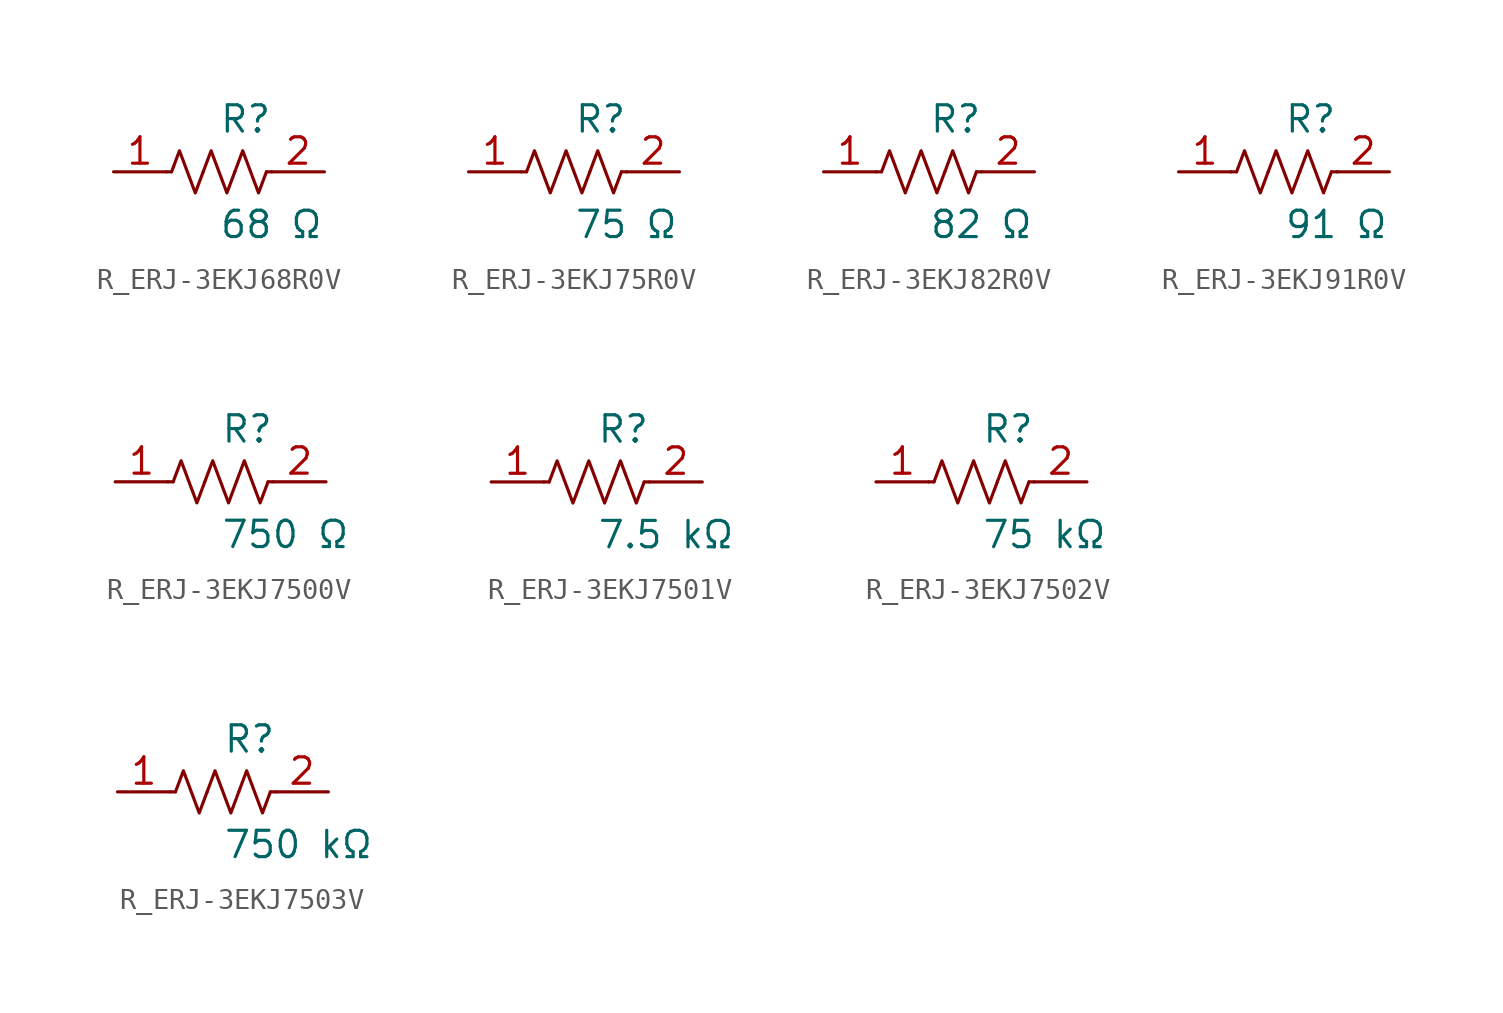
<source format=kicad_sym>
(kicad_symbol_lib
  (version 20231120)
  (generator "kicad_symbol_editor")
  (generator_version "8.0")
  (symbol "R_ERJ-3EKJ68R0V"
    (pin_names
      (offset 0.254))
    (property "Reference" "R"
      (at 0 2.54 0)
      (effects (font (size 1.27 1.27)) (justify left)))
    (property "Value" "68 Ω"
      (at 0 -2.54 0)
      (effects (font (size 1.27 1.27)) (justify left)))
    (symbol "R_ERJ-3EKJ68R0V_0_1"
      (polyline (pts (xy 2.286 0) (xy 2.54 0)) (stroke (width 0) (type default)) (fill (type none)))
      (polyline (pts (xy -2.286 0) (xy -2.54 0)) (stroke (width 0) (type default)) (fill (type none)))
      (polyline (pts (xy 0.762 0) (xy 1.143 1.016) (xy 1.524 0) (xy 1.905 -1.016) (xy 2.286 0)) (stroke (width 0) (type default)) (fill (type none)))
      (polyline (pts (xy -0.762 0) (xy -0.381 1.016) (xy 0 0) (xy 0.381 -1.016) (xy 0.762 0)) (stroke (width 0) (type default)) (fill (type none)))
      (polyline (pts (xy -2.286 0) (xy -1.905 1.016) (xy -1.524 0) (xy -1.143 -1.016) (xy -0.762 0)) (stroke (width 0) (type default)) (fill (type none))))
    (pin unspecified line
      (at -5.08 0 0)
      (length 2.54)
      (name "" (effects (font (size 1.27 1.27))))
      (number "1" (effects (font (size 1.27 1.27)))))
    (pin unspecified line
      (at 5.08 0 180)
      (length 2.54)
      (name "" (effects (font (size 1.27 1.27))))
      (number "2" (effects (font (size 1.27 1.27))))))
  (symbol "R_ERJ-3EKJ75R0V"
    (pin_names
      (offset 0.254))
    (property "Reference" "R"
      (at 0 2.54 0)
      (effects (font (size 1.27 1.27)) (justify left)))
    (property "Value" "75 Ω"
      (at 0 -2.54 0)
      (effects (font (size 1.27 1.27)) (justify left)))
    (symbol "R_ERJ-3EKJ75R0V_0_1"
      (polyline (pts (xy 2.286 0) (xy 2.54 0)) (stroke (width 0) (type default)) (fill (type none)))
      (polyline (pts (xy -2.286 0) (xy -2.54 0)) (stroke (width 0) (type default)) (fill (type none)))
      (polyline (pts (xy 0.762 0) (xy 1.143 1.016) (xy 1.524 0) (xy 1.905 -1.016) (xy 2.286 0)) (stroke (width 0) (type default)) (fill (type none)))
      (polyline (pts (xy -0.762 0) (xy -0.381 1.016) (xy 0 0) (xy 0.381 -1.016) (xy 0.762 0)) (stroke (width 0) (type default)) (fill (type none)))
      (polyline (pts (xy -2.286 0) (xy -1.905 1.016) (xy -1.524 0) (xy -1.143 -1.016) (xy -0.762 0)) (stroke (width 0) (type default)) (fill (type none))))
    (pin unspecified line
      (at -5.08 0 0)
      (length 2.54)
      (name "" (effects (font (size 1.27 1.27))))
      (number "1" (effects (font (size 1.27 1.27)))))
    (pin unspecified line
      (at 5.08 0 180)
      (length 2.54)
      (name "" (effects (font (size 1.27 1.27))))
      (number "2" (effects (font (size 1.27 1.27))))))
  (symbol "R_ERJ-3EKJ82R0V"
    (pin_names
      (offset 0.254))
    (property "Reference" "R"
      (at 0 2.54 0)
      (effects (font (size 1.27 1.27)) (justify left)))
    (property "Value" "82 Ω"
      (at 0 -2.54 0)
      (effects (font (size 1.27 1.27)) (justify left)))
    (symbol "R_ERJ-3EKJ82R0V_0_1"
      (polyline (pts (xy 2.286 0) (xy 2.54 0)) (stroke (width 0) (type default)) (fill (type none)))
      (polyline (pts (xy -2.286 0) (xy -2.54 0)) (stroke (width 0) (type default)) (fill (type none)))
      (polyline (pts (xy 0.762 0) (xy 1.143 1.016) (xy 1.524 0) (xy 1.905 -1.016) (xy 2.286 0)) (stroke (width 0) (type default)) (fill (type none)))
      (polyline (pts (xy -0.762 0) (xy -0.381 1.016) (xy 0 0) (xy 0.381 -1.016) (xy 0.762 0)) (stroke (width 0) (type default)) (fill (type none)))
      (polyline (pts (xy -2.286 0) (xy -1.905 1.016) (xy -1.524 0) (xy -1.143 -1.016) (xy -0.762 0)) (stroke (width 0) (type default)) (fill (type none))))
    (pin unspecified line
      (at -5.08 0 0)
      (length 2.54)
      (name "" (effects (font (size 1.27 1.27))))
      (number "1" (effects (font (size 1.27 1.27)))))
    (pin unspecified line
      (at 5.08 0 180)
      (length 2.54)
      (name "" (effects (font (size 1.27 1.27))))
      (number "2" (effects (font (size 1.27 1.27))))))
  (symbol "R_ERJ-3EKJ91R0V"
    (pin_names
      (offset 0.254))
    (property "Reference" "R"
      (at 0 2.54 0)
      (effects (font (size 1.27 1.27)) (justify left)))
    (property "Value" "91 Ω"
      (at 0 -2.54 0)
      (effects (font (size 1.27 1.27)) (justify left)))
    (symbol "R_ERJ-3EKJ91R0V_0_1"
      (polyline (pts (xy 2.286 0) (xy 2.54 0)) (stroke (width 0) (type default)) (fill (type none)))
      (polyline (pts (xy -2.286 0) (xy -2.54 0)) (stroke (width 0) (type default)) (fill (type none)))
      (polyline (pts (xy 0.762 0) (xy 1.143 1.016) (xy 1.524 0) (xy 1.905 -1.016) (xy 2.286 0)) (stroke (width 0) (type default)) (fill (type none)))
      (polyline (pts (xy -0.762 0) (xy -0.381 1.016) (xy 0 0) (xy 0.381 -1.016) (xy 0.762 0)) (stroke (width 0) (type default)) (fill (type none)))
      (polyline (pts (xy -2.286 0) (xy -1.905 1.016) (xy -1.524 0) (xy -1.143 -1.016) (xy -0.762 0)) (stroke (width 0) (type default)) (fill (type none))))
    (pin unspecified line
      (at -5.08 0 0)
      (length 2.54)
      (name "" (effects (font (size 1.27 1.27))))
      (number "1" (effects (font (size 1.27 1.27)))))
    (pin unspecified line
      (at 5.08 0 180)
      (length 2.54)
      (name "" (effects (font (size 1.27 1.27))))
      (number "2" (effects (font (size 1.27 1.27))))))
  (symbol "R_ERJ-3EKJ7500V"
    (pin_names
      (offset 0.254))
    (property "Reference" "R"
      (at 0 2.54 0)
      (effects (font (size 1.27 1.27)) (justify left)))
    (property "Value" "750 Ω"
      (at 0 -2.54 0)
      (effects (font (size 1.27 1.27)) (justify left)))
    (symbol "R_ERJ-3EKJ7500V_0_1"
      (polyline (pts (xy 2.286 0) (xy 2.54 0)) (stroke (width 0) (type default)) (fill (type none)))
      (polyline (pts (xy -2.286 0) (xy -2.54 0)) (stroke (width 0) (type default)) (fill (type none)))
      (polyline (pts (xy 0.762 0) (xy 1.143 1.016) (xy 1.524 0) (xy 1.905 -1.016) (xy 2.286 0)) (stroke (width 0) (type default)) (fill (type none)))
      (polyline (pts (xy -0.762 0) (xy -0.381 1.016) (xy 0 0) (xy 0.381 -1.016) (xy 0.762 0)) (stroke (width 0) (type default)) (fill (type none)))
      (polyline (pts (xy -2.286 0) (xy -1.905 1.016) (xy -1.524 0) (xy -1.143 -1.016) (xy -0.762 0)) (stroke (width 0) (type default)) (fill (type none))))
    (pin unspecified line
      (at -5.08 0 0)
      (length 2.54)
      (name "" (effects (font (size 1.27 1.27))))
      (number "1" (effects (font (size 1.27 1.27)))))
    (pin unspecified line
      (at 5.08 0 180)
      (length 2.54)
      (name "" (effects (font (size 1.27 1.27))))
      (number "2" (effects (font (size 1.27 1.27))))))
  (symbol "R_ERJ-3EKJ7501V"
    (pin_names
      (offset 0.254))
    (property "Reference" "R"
      (at 0 2.54 0)
      (effects (font (size 1.27 1.27)) (justify left)))
    (property "Value" "7.5 kΩ"
      (at 0 -2.54 0)
      (effects (font (size 1.27 1.27)) (justify left)))
    (symbol "R_ERJ-3EKJ7501V_0_1"
      (polyline (pts (xy 2.286 0) (xy 2.54 0)) (stroke (width 0) (type default)) (fill (type none)))
      (polyline (pts (xy -2.286 0) (xy -2.54 0)) (stroke (width 0) (type default)) (fill (type none)))
      (polyline (pts (xy 0.762 0) (xy 1.143 1.016) (xy 1.524 0) (xy 1.905 -1.016) (xy 2.286 0)) (stroke (width 0) (type default)) (fill (type none)))
      (polyline (pts (xy -0.762 0) (xy -0.381 1.016) (xy 0 0) (xy 0.381 -1.016) (xy 0.762 0)) (stroke (width 0) (type default)) (fill (type none)))
      (polyline (pts (xy -2.286 0) (xy -1.905 1.016) (xy -1.524 0) (xy -1.143 -1.016) (xy -0.762 0)) (stroke (width 0) (type default)) (fill (type none))))
    (pin unspecified line
      (at -5.08 0 0)
      (length 2.54)
      (name "" (effects (font (size 1.27 1.27))))
      (number "1" (effects (font (size 1.27 1.27)))))
    (pin unspecified line
      (at 5.08 0 180)
      (length 2.54)
      (name "" (effects (font (size 1.27 1.27))))
      (number "2" (effects (font (size 1.27 1.27))))))
  (symbol "R_ERJ-3EKJ7502V"
    (pin_names
      (offset 0.254))
    (property "Reference" "R"
      (at 0 2.54 0)
      (effects (font (size 1.27 1.27)) (justify left)))
    (property "Value" "75 kΩ"
      (at 0 -2.54 0)
      (effects (font (size 1.27 1.27)) (justify left)))
    (symbol "R_ERJ-3EKJ7502V_0_1"
      (polyline (pts (xy 2.286 0) (xy 2.54 0)) (stroke (width 0) (type default)) (fill (type none)))
      (polyline (pts (xy -2.286 0) (xy -2.54 0)) (stroke (width 0) (type default)) (fill (type none)))
      (polyline (pts (xy 0.762 0) (xy 1.143 1.016) (xy 1.524 0) (xy 1.905 -1.016) (xy 2.286 0)) (stroke (width 0) (type default)) (fill (type none)))
      (polyline (pts (xy -0.762 0) (xy -0.381 1.016) (xy 0 0) (xy 0.381 -1.016) (xy 0.762 0)) (stroke (width 0) (type default)) (fill (type none)))
      (polyline (pts (xy -2.286 0) (xy -1.905 1.016) (xy -1.524 0) (xy -1.143 -1.016) (xy -0.762 0)) (stroke (width 0) (type default)) (fill (type none))))
    (pin unspecified line
      (at -5.08 0 0)
      (length 2.54)
      (name "" (effects (font (size 1.27 1.27))))
      (number "1" (effects (font (size 1.27 1.27)))))
    (pin unspecified line
      (at 5.08 0 180)
      (length 2.54)
      (name "" (effects (font (size 1.27 1.27))))
      (number "2" (effects (font (size 1.27 1.27))))))
  (symbol "R_ERJ-3EKJ7503V"
    (pin_names
      (offset 0.254))
    (property "Reference" "R"
      (at 0 2.54 0)
      (effects (font (size 1.27 1.27)) (justify left)))
    (property "Value" "750 kΩ"
      (at 0 -2.54 0)
      (effects (font (size 1.27 1.27)) (justify left)))
    (symbol "R_ERJ-3EKJ7503V_0_1"
      (polyline (pts (xy 2.286 0) (xy 2.54 0)) (stroke (width 0) (type default)) (fill (type none)))
      (polyline (pts (xy -2.286 0) (xy -2.54 0)) (stroke (width 0) (type default)) (fill (type none)))
      (polyline (pts (xy 0.762 0) (xy 1.143 1.016) (xy 1.524 0) (xy 1.905 -1.016) (xy 2.286 0)) (stroke (width 0) (type default)) (fill (type none)))
      (polyline (pts (xy -0.762 0) (xy -0.381 1.016) (xy 0 0) (xy 0.381 -1.016) (xy 0.762 0)) (stroke (width 0) (type default)) (fill (type none)))
      (polyline (pts (xy -2.286 0) (xy -1.905 1.016) (xy -1.524 0) (xy -1.143 -1.016) (xy -0.762 0)) (stroke (width 0) (type default)) (fill (type none))))
    (pin unspecified line
      (at -5.08 0 0)
      (length 2.54)
      (name "" (effects (font (size 1.27 1.27))))
      (number "1" (effects (font (size 1.27 1.27)))))
    (pin unspecified line
      (at 5.08 0 180)
      (length 2.54)
      (name "" (effects (font (size 1.27 1.27))))
      (number "2" (effects (font (size 1.27 1.27)))))))
</source>
